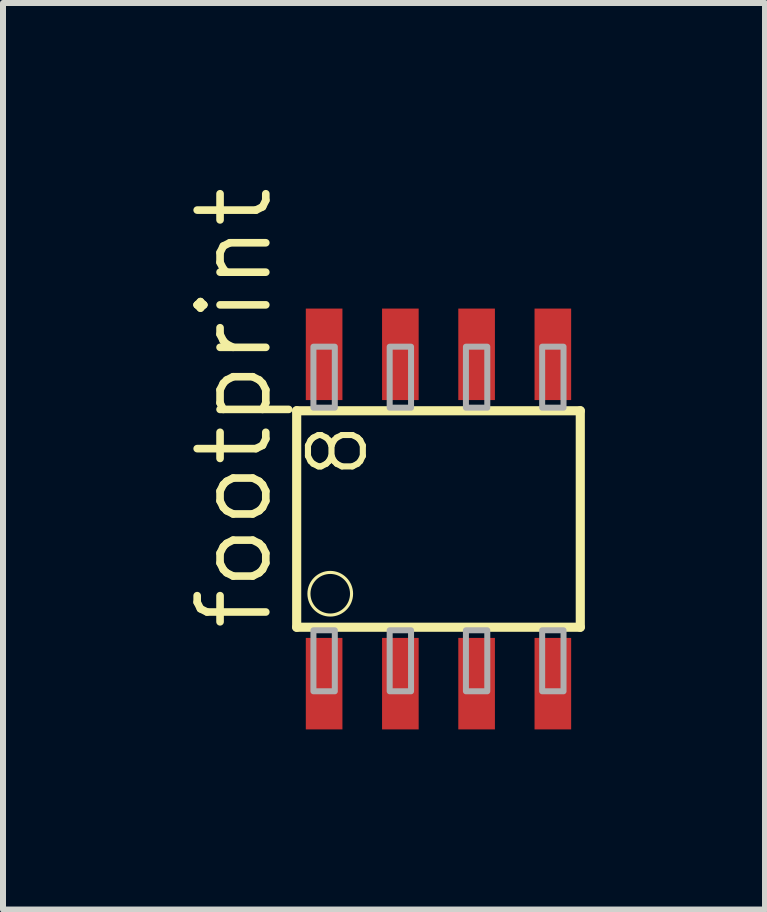
<source format=kicad_pcb>
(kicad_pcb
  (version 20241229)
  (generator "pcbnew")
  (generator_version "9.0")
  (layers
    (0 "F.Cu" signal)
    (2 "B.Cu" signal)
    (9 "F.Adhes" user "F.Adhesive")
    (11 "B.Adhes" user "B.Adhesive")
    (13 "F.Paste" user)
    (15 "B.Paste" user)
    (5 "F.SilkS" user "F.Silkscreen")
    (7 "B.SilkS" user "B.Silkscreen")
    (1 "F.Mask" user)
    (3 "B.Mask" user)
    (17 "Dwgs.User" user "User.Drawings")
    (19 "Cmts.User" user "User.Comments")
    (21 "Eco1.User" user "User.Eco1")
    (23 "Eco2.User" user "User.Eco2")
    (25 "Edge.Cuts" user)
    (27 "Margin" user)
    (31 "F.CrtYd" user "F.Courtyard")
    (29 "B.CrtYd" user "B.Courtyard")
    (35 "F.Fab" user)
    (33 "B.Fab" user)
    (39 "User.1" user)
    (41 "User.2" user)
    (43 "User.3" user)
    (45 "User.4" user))
  (footprint "footprint"
    (layer "F.Cu")
    (at 3.619 5.595)
    (property "Reference" "footprint" (at -2.095 1.905 90) (layer "F.SilkS") (effects (font (size 1.143 1.143) (thickness 0.127)) (justify left bottom)))
    (fp_line (start -1.727 -1.803) (end -1.727 1.803) (stroke (width 0.152) (type solid)) (layer "F.SilkS"))
    (fp_line (start -1.727 1.803) (end 2.997 1.803) (stroke (width 0.152) (type solid)) (layer "F.SilkS"))
    (fp_line (start 2.997 -1.803) (end -1.727 -1.803) (stroke (width 0.152) (type solid)) (layer "F.SilkS"))
    (fp_line (start 2.997 1.803) (end 2.997 -1.803) (stroke (width 0.152) (type solid)) (layer "F.SilkS"))
    (fp_circle (center -1.168 1.245) (end -0.813 1.245) (stroke (width 0.051) (type solid)) (fill no) (layer "F.SilkS"))
    (fp_poly (pts (xy -1.448 -1.854) (xy -1.092 -1.854) (xy -1.092 -2.87) (xy -1.448 -2.87)) (stroke (width 0.1) (type solid)) (fill no) (layer "F.Fab"))
    (fp_poly (pts (xy -1.448 2.87) (xy -1.092 2.87) (xy -1.092 1.854) (xy -1.448 1.854)) (stroke (width 0.1) (type solid)) (fill no) (layer "F.Fab"))
    (fp_poly (pts (xy -0.178 -1.854) (xy 0.178 -1.854) (xy 0.178 -2.87) (xy -0.178 -2.87)) (stroke (width 0.1) (type solid)) (fill no) (layer "F.Fab"))
    (fp_poly (pts (xy -0.178 2.87) (xy 0.178 2.87) (xy 0.178 1.854) (xy -0.178 1.854)) (stroke (width 0.1) (type solid)) (fill no) (layer "F.Fab"))
    (fp_poly (pts (xy 1.092 -1.854) (xy 1.448 -1.854) (xy 1.448 -2.87) (xy 1.092 -2.87)) (stroke (width 0.1) (type solid)) (fill no) (layer "F.Fab"))
    (fp_poly (pts (xy 1.092 2.87) (xy 1.448 2.87) (xy 1.448 1.854) (xy 1.092 1.854)) (stroke (width 0.1) (type solid)) (fill no) (layer "F.Fab"))
    (fp_poly (pts (xy 2.362 -1.854) (xy 2.718 -1.854) (xy 2.718 -2.87) (xy 2.362 -2.87)) (stroke (width 0.1) (type solid)) (fill no) (layer "F.Fab"))
    (fp_poly (pts (xy 2.362 2.87) (xy 2.718 2.87) (xy 2.718 1.854) (xy 2.362 1.854)) (stroke (width 0.1) (type solid)) (fill no) (layer "F.Fab"))
    (fp_text user "8" (at -0.508 -0.635 90) (layer "F.SilkS") (effects (font (size 0.914 0.914) (thickness 0.102)) (justify left bottom)))
    (pad "1" smd rect (at -1.27 2.743) (size 0.61 1.524) (layers "F.Cu" "F.Mask" "F.Paste"))
    (pad "2" smd rect (at 0 2.743) (size 0.61 1.524) (layers "F.Cu" "F.Mask" "F.Paste"))
    (pad "3" smd rect (at 1.27 2.743) (size 0.61 1.524) (layers "F.Cu" "F.Mask" "F.Paste"))
    (pad "4" smd rect (at 2.54 2.743) (size 0.61 1.524) (layers "F.Cu" "F.Mask" "F.Paste"))
    (pad "5" smd rect (at 2.54 -2.743) (size 0.61 1.524) (layers "F.Cu" "F.Mask" "F.Paste"))
    (pad "6" smd rect (at 1.27 -2.743) (size 0.61 1.524) (layers "F.Cu" "F.Mask" "F.Paste"))
    (pad "7" smd rect (at 0 -2.743) (size 0.61 1.524) (layers "F.Cu" "F.Mask" "F.Paste"))
    (pad "8" smd rect (at -1.27 -2.743) (size 0.61 1.524) (layers "F.Cu" "F.Mask" "F.Paste")))
  (gr_rect
    (start -3 -3)
    (end 9.693 12.1)
    (stroke (width 0.1) (type default))
    (fill no)
    (layer "Edge.Cuts")))
</source>
